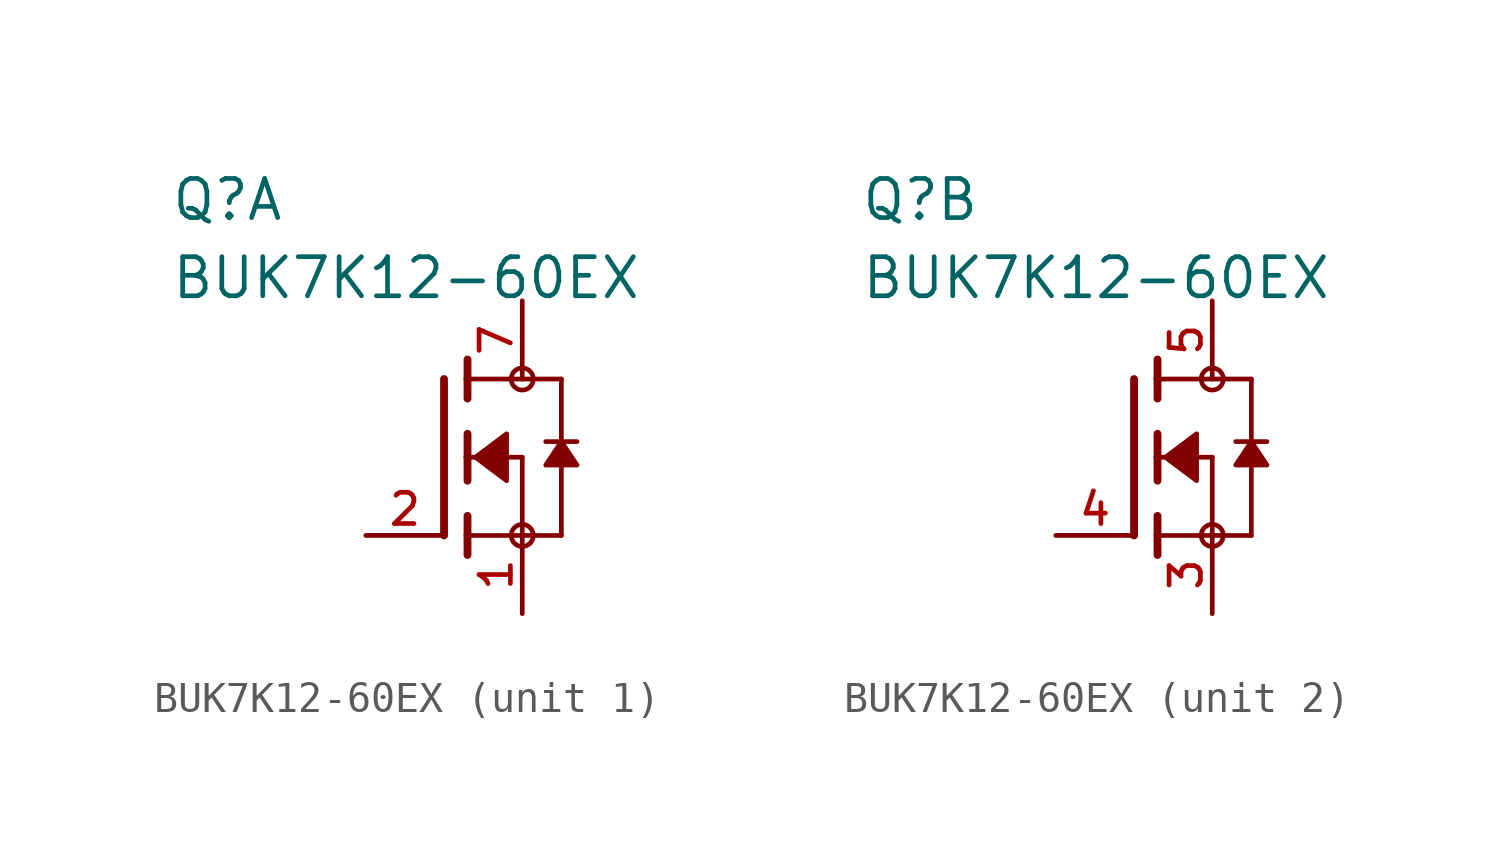
<source format=kicad_sym>
(kicad_symbol_lib
  (version 20211014)
  (generator kicad_symbol_editor)
  (symbol "BUK7K12-60EX"
    (pin_names
      (offset 1.016))
    (property "Reference" "Q"
      (at -11.43 7.62 0)
      (effects (font (size 1.27 1.27)) (justify bottom left)))
    (property "Value" "BUK7K12-60EX"
      (at -11.43 5.08 0)
      (effects (font (size 1.27 1.27)) (justify bottom left)))
    (symbol "BUK7K12-60EX_1_0"
      (polyline (pts (xy -1.778 0.762) (xy -1.778 0.0)) (stroke (width 0.254)))
      (polyline (pts (xy -1.778 0.0) (xy -1.778 -0.762)) (stroke (width 0.254)))
      (polyline (pts (xy -1.778 3.175) (xy -1.778 2.54)) (stroke (width 0.254)))
      (polyline (pts (xy -1.778 2.54) (xy -1.778 1.905)) (stroke (width 0.254)))
      (polyline (pts (xy -1.778 0.0) (xy 0.0 0.0)) (stroke (width 0.152)))
      (polyline (pts (xy 0.0 0.0) (xy 0.0 -2.54)) (stroke (width 0.152)))
      (polyline (pts (xy -1.778 -1.905) (xy -1.778 -2.54)) (stroke (width 0.254)))
      (polyline (pts (xy -1.778 -2.54) (xy -1.778 -3.175)) (stroke (width 0.254)))
      (polyline (pts (xy -2.54 2.54) (xy -2.54 -2.54)) (stroke (width 0.254)))
      (polyline (pts (xy 0.0 -2.54) (xy -1.778 -2.54)) (stroke (width 0.152)))
      (polyline (pts (xy 1.27 2.54) (xy 1.27 0.508)) (stroke (width 0.152)))
      (polyline (pts (xy 1.27 0.508) (xy 1.27 -2.54)) (stroke (width 0.152)))
      (polyline (pts (xy 0.0 -2.54) (xy 1.27 -2.54)) (stroke (width 0.152)))
      (polyline (pts (xy -1.778 2.54) (xy 1.27 2.54)) (stroke (width 0.152)))
      (polyline (pts (xy 1.778 0.508) (xy 1.27 0.508)) (stroke (width 0.152)))
      (polyline (pts (xy 1.27 0.508) (xy 0.762 0.508)) (stroke (width 0.152)))
      (circle (center 0.0 -2.54) (radius 0.359) (stroke (width 0.0)) (fill (type none)))
      (circle (center 0.0 2.54) (radius 0.359) (stroke (width 0.0)) (fill (type none)))
      (polyline (pts (xy 1.27 0.508) (xy 0.762 -0.254) (xy 1.778 -0.254) (xy 1.27 0.508)) (stroke (width 0.152)) (fill (type outline)))
      (polyline (pts (xy -1.524 0.0) (xy -0.508 0.762) (xy -0.508 -0.762) (xy -1.524 0.0)) (stroke (width 0.152)) (fill (type outline)))
      (pin passive line (at 0.0 -5.08 90.0) (length 2.54) (name "~" (effects (font (size 1.016 1.016)))) (number "1" (effects (font (size 1.016 1.016)))))
      (pin passive line (at -5.08 -2.54 0) (length 2.54) (name "~" (effects (font (size 1.016 1.016)))) (number "2" (effects (font (size 1.016 1.016)))))
      (pin passive line (at 0.0 5.08 270.0) (length 2.54) (name "~" (effects (font (size 1.016 1.016)))) (number "7" (effects (font (size 1.016 1.016))))))
    (symbol "BUK7K12-60EX_2_0"
      (polyline (pts (xy -1.778 0.762) (xy -1.778 0.0)) (stroke (width 0.254)))
      (polyline (pts (xy -1.778 0.0) (xy -1.778 -0.762)) (stroke (width 0.254)))
      (polyline (pts (xy -1.778 3.175) (xy -1.778 2.54)) (stroke (width 0.254)))
      (polyline (pts (xy -1.778 2.54) (xy -1.778 1.905)) (stroke (width 0.254)))
      (polyline (pts (xy -1.778 0.0) (xy 0.0 0.0)) (stroke (width 0.152)))
      (polyline (pts (xy 0.0 0.0) (xy 0.0 -2.54)) (stroke (width 0.152)))
      (polyline (pts (xy -1.778 -1.905) (xy -1.778 -2.54)) (stroke (width 0.254)))
      (polyline (pts (xy -1.778 -2.54) (xy -1.778 -3.175)) (stroke (width 0.254)))
      (polyline (pts (xy -2.54 2.54) (xy -2.54 -2.54)) (stroke (width 0.254)))
      (polyline (pts (xy 0.0 -2.54) (xy -1.778 -2.54)) (stroke (width 0.152)))
      (polyline (pts (xy 1.27 2.54) (xy 1.27 0.508)) (stroke (width 0.152)))
      (polyline (pts (xy 1.27 0.508) (xy 1.27 -2.54)) (stroke (width 0.152)))
      (polyline (pts (xy 0.0 -2.54) (xy 1.27 -2.54)) (stroke (width 0.152)))
      (polyline (pts (xy -1.778 2.54) (xy 1.27 2.54)) (stroke (width 0.152)))
      (polyline (pts (xy 1.778 0.508) (xy 1.27 0.508)) (stroke (width 0.152)))
      (polyline (pts (xy 1.27 0.508) (xy 0.762 0.508)) (stroke (width 0.152)))
      (circle (center 0.0 -2.54) (radius 0.359) (stroke (width 0.0)) (fill (type none)))
      (circle (center 0.0 2.54) (radius 0.359) (stroke (width 0.0)) (fill (type none)))
      (polyline (pts (xy 1.27 0.508) (xy 0.762 -0.254) (xy 1.778 -0.254) (xy 1.27 0.508)) (stroke (width 0.152)) (fill (type outline)))
      (polyline (pts (xy -1.524 0.0) (xy -0.508 0.762) (xy -0.508 -0.762) (xy -1.524 0.0)) (stroke (width 0.152)) (fill (type outline)))
      (pin passive line (at 0.0 -5.08 90.0) (length 2.54) (name "~" (effects (font (size 1.016 1.016)))) (number "3" (effects (font (size 1.016 1.016)))))
      (pin passive line (at -5.08 -2.54 0) (length 2.54) (name "~" (effects (font (size 1.016 1.016)))) (number "4" (effects (font (size 1.016 1.016)))))
      (pin passive line (at 0.0 5.08 270.0) (length 2.54) (name "~" (effects (font (size 1.016 1.016)))) (number "5" (effects (font (size 1.016 1.016))))))))
</source>
